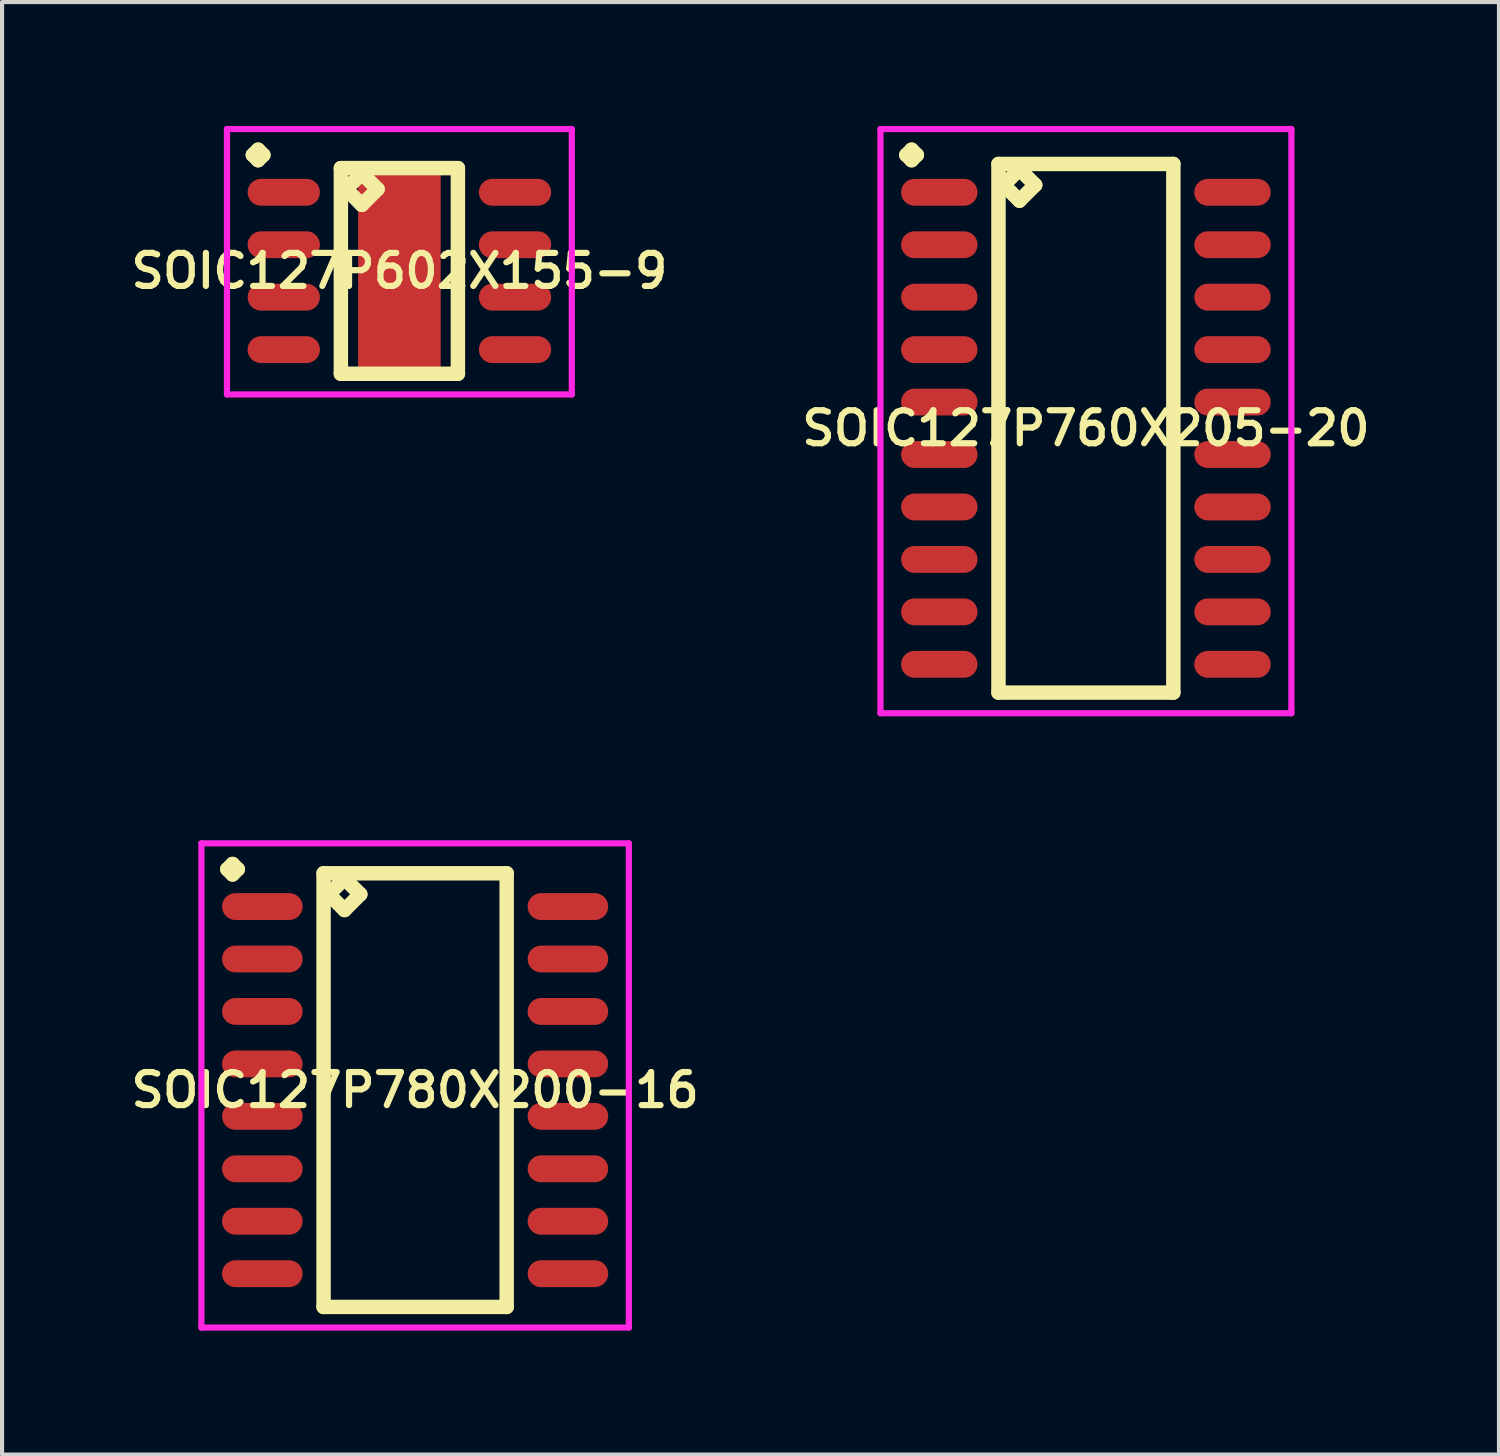
<source format=kicad_pcb>
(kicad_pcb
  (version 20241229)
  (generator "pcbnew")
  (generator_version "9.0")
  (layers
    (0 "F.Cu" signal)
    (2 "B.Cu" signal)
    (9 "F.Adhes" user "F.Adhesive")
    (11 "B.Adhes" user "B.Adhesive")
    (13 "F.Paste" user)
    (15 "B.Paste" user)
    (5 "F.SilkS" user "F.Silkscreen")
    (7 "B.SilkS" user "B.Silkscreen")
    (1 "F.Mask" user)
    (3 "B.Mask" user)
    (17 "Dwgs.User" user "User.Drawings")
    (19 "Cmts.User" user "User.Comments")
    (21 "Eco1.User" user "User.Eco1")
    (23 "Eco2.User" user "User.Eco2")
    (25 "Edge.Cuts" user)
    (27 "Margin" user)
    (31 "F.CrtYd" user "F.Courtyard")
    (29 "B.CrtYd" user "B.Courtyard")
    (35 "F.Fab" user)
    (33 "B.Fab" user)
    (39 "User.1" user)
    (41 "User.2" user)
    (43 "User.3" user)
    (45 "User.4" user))
  (footprint "SOIC127P760X205-20"
    (layer "F.Cu")
    (at 23.245 7.321)
    (property "Reference" "SOIC127P760X205-20" (at 0 0 0) (layer "F.SilkS") (effects (font (size 0.8 0.8) (thickness 0.15))))
    (attr smd)
    (fp_line (start -4.348 -6.619) (end -4.221 -6.746) (stroke (width 0.35) (type solid)) (layer "F.SilkS"))
    (fp_line (start -4.221 -6.746) (end -4.094 -6.619) (stroke (width 0.35) (type solid)) (layer "F.SilkS"))
    (fp_line (start -4.221 -6.492) (end -4.348 -6.619) (stroke (width 0.35) (type solid)) (layer "F.SilkS"))
    (fp_line (start -4.094 -6.619) (end -4.221 -6.492) (stroke (width 0.35) (type solid)) (layer "F.SilkS"))
    (fp_line (start -2.117 -6.4) (end -2.117 6.4) (stroke (width 0.35) (type solid)) (layer "F.SilkS"))
    (fp_line (start -2.117 6.4) (end 2.117 6.4) (stroke (width 0.35) (type solid)) (layer "F.SilkS"))
    (fp_line (start -1.99 -5.892) (end -1.609 -6.273) (stroke (width 0.35) (type solid)) (layer "F.SilkS"))
    (fp_line (start -1.609 -6.273) (end -1.228 -5.892) (stroke (width 0.35) (type solid)) (layer "F.SilkS"))
    (fp_line (start -1.609 -5.511) (end -1.99 -5.892) (stroke (width 0.35) (type solid)) (layer "F.SilkS"))
    (fp_line (start -1.228 -5.892) (end -1.609 -5.511) (stroke (width 0.35) (type solid)) (layer "F.SilkS"))
    (fp_line (start 2.117 -6.4) (end -2.117 -6.4) (stroke (width 0.35) (type solid)) (layer "F.SilkS"))
    (fp_line (start 2.117 6.4) (end 2.117 -6.4) (stroke (width 0.35) (type solid)) (layer "F.SilkS"))
    (fp_line (start -4.975 -7.246) (end 4.975 -7.246) (stroke (width 0.15) (type solid)) (layer "F.CrtYd"))
    (fp_line (start -4.975 6.9) (end -4.975 -7.246) (stroke (width 0.15) (type solid)) (layer "F.CrtYd"))
    (fp_line (start 4.975 -7.246) (end 4.975 6.9) (stroke (width 0.15) (type solid)) (layer "F.CrtYd"))
    (fp_line (start 4.975 6.9) (end -4.975 6.9) (stroke (width 0.15) (type solid)) (layer "F.CrtYd"))
    (pad "1" smd oval (at -3.55 -5.715) (size 1.85 0.65) (layers "F.Cu" "F.Mask" "F.Paste"))
    (pad "2" smd oval (at -3.55 -4.445) (size 1.85 0.65) (layers "F.Cu" "F.Mask" "F.Paste"))
    (pad "3" smd oval (at -3.55 -3.175) (size 1.85 0.65) (layers "F.Cu" "F.Mask" "F.Paste"))
    (pad "4" smd oval (at -3.55 -1.905) (size 1.85 0.65) (layers "F.Cu" "F.Mask" "F.Paste"))
    (pad "5" smd oval (at -3.55 -0.635) (size 1.85 0.65) (layers "F.Cu" "F.Mask" "F.Paste"))
    (pad "6" smd oval (at -3.55 0.635) (size 1.85 0.65) (layers "F.Cu" "F.Mask" "F.Paste"))
    (pad "7" smd oval (at -3.55 1.905) (size 1.85 0.65) (layers "F.Cu" "F.Mask" "F.Paste"))
    (pad "8" smd oval (at -3.55 3.175) (size 1.85 0.65) (layers "F.Cu" "F.Mask" "F.Paste"))
    (pad "9" smd oval (at -3.55 4.445) (size 1.85 0.65) (layers "F.Cu" "F.Mask" "F.Paste"))
    (pad "10" smd oval (at -3.55 5.715) (size 1.85 0.65) (layers "F.Cu" "F.Mask" "F.Paste"))
    (pad "11" smd oval (at 3.55 5.715) (size 1.85 0.65) (layers "F.Cu" "F.Mask" "F.Paste"))
    (pad "12" smd oval (at 3.55 4.445) (size 1.85 0.65) (layers "F.Cu" "F.Mask" "F.Paste"))
    (pad "13" smd oval (at 3.55 3.175) (size 1.85 0.65) (layers "F.Cu" "F.Mask" "F.Paste"))
    (pad "14" smd oval (at 3.55 1.905) (size 1.85 0.65) (layers "F.Cu" "F.Mask" "F.Paste"))
    (pad "15" smd oval (at 3.55 0.635) (size 1.85 0.65) (layers "F.Cu" "F.Mask" "F.Paste"))
    (pad "16" smd oval (at 3.55 -0.635) (size 1.85 0.65) (layers "F.Cu" "F.Mask" "F.Paste"))
    (pad "17" smd oval (at 3.55 -1.905) (size 1.85 0.65) (layers "F.Cu" "F.Mask" "F.Paste"))
    (pad "18" smd oval (at 3.55 -3.175) (size 1.85 0.65) (layers "F.Cu" "F.Mask" "F.Paste"))
    (pad "19" smd oval (at 3.55 -4.445) (size 1.85 0.65) (layers "F.Cu" "F.Mask" "F.Paste"))
    (pad "20" smd oval (at 3.55 -5.715) (size 1.85 0.65) (layers "F.Cu" "F.Mask" "F.Paste")))
  (footprint "SOIC127P602X155-9"
    (layer "F.Cu")
    (at 6.621 3.511)
    (property "Reference" "SOIC127P602X155-9" (at 0 0 0) (layer "F.SilkS") (effects (font (size 0.8 0.8) (thickness 0.15))))
    (attr through_hole)
    (fp_line (start -3.548 -2.809) (end -3.421 -2.936) (stroke (width 0.35) (type solid)) (layer "F.SilkS"))
    (fp_line (start -3.421 -2.936) (end -3.294 -2.809) (stroke (width 0.35) (type solid)) (layer "F.SilkS"))
    (fp_line (start -3.421 -2.682) (end -3.548 -2.809) (stroke (width 0.35) (type solid)) (layer "F.SilkS"))
    (fp_line (start -3.294 -2.809) (end -3.421 -2.682) (stroke (width 0.35) (type solid)) (layer "F.SilkS"))
    (fp_line (start -1.417 -2.49) (end -1.417 2.49) (stroke (width 0.35) (type solid)) (layer "F.SilkS"))
    (fp_line (start -1.417 2.49) (end 1.417 2.49) (stroke (width 0.35) (type solid)) (layer "F.SilkS"))
    (fp_line (start -1.29 -1.982) (end -0.909 -2.363) (stroke (width 0.35) (type solid)) (layer "F.SilkS"))
    (fp_line (start -0.909 -2.363) (end -0.528 -1.982) (stroke (width 0.35) (type solid)) (layer "F.SilkS"))
    (fp_line (start -0.909 -1.601) (end -1.29 -1.982) (stroke (width 0.35) (type solid)) (layer "F.SilkS"))
    (fp_line (start -0.528 -1.982) (end -0.909 -1.601) (stroke (width 0.35) (type solid)) (layer "F.SilkS"))
    (fp_line (start 1.417 -2.49) (end -1.417 -2.49) (stroke (width 0.35) (type solid)) (layer "F.SilkS"))
    (fp_line (start 1.417 2.49) (end 1.417 -2.49) (stroke (width 0.35) (type solid)) (layer "F.SilkS"))
    (fp_line (start -4.175 -3.436) (end 4.175 -3.436) (stroke (width 0.15) (type solid)) (layer "F.CrtYd"))
    (fp_line (start -4.175 2.99) (end -4.175 -3.436) (stroke (width 0.15) (type solid)) (layer "F.CrtYd"))
    (fp_line (start 4.175 -3.436) (end 4.175 2.99) (stroke (width 0.15) (type solid)) (layer "F.CrtYd"))
    (fp_line (start 4.175 2.99) (end -4.175 2.99) (stroke (width 0.15) (type solid)) (layer "F.CrtYd"))
    (pad "1" smd oval (at -2.8 -1.905) (size 1.75 0.65) (layers "F.Cu" "F.Mask" "F.Paste"))
    (pad "2" smd oval (at -2.8 -0.635) (size 1.75 0.65) (layers "F.Cu" "F.Mask" "F.Paste"))
    (pad "3" smd oval (at -2.8 0.635) (size 1.75 0.65) (layers "F.Cu" "F.Mask" "F.Paste"))
    (pad "4" smd oval (at -2.8 1.905) (size 1.75 0.65) (layers "F.Cu" "F.Mask" "F.Paste"))
    (pad "5" smd oval (at 2.8 1.905) (size 1.75 0.65) (layers "F.Cu" "F.Mask" "F.Paste"))
    (pad "6" smd oval (at 2.8 0.635) (size 1.75 0.65) (layers "F.Cu" "F.Mask" "F.Paste"))
    (pad "7" smd oval (at 2.8 -0.635) (size 1.75 0.65) (layers "F.Cu" "F.Mask" "F.Paste"))
    (pad "8" smd oval (at 2.8 -1.905) (size 1.75 0.65) (layers "F.Cu" "F.Mask" "F.Paste"))
    (pad "9" smd rect (at 0 0) (size 2 4.95) (layers "F.Cu" "F.Mask" "F.Paste")))
  (footprint "SOIC127P780X200-16"
    (layer "F.Cu")
    (at 7.002 23.347)
    (property "Reference" "SOIC127P780X200-16" (at 0 0 0) (layer "F.SilkS") (effects (font (size 0.8 0.8) (thickness 0.15))))
    (attr smd)
    (fp_line (start -4.548 -5.349) (end -4.421 -5.476) (stroke (width 0.35) (type solid)) (layer "F.SilkS"))
    (fp_line (start -4.421 -5.476) (end -4.294 -5.349) (stroke (width 0.35) (type solid)) (layer "F.SilkS"))
    (fp_line (start -4.421 -5.222) (end -4.548 -5.349) (stroke (width 0.35) (type solid)) (layer "F.SilkS"))
    (fp_line (start -4.294 -5.349) (end -4.421 -5.222) (stroke (width 0.35) (type solid)) (layer "F.SilkS"))
    (fp_line (start -2.217 -5.25) (end -2.217 5.25) (stroke (width 0.35) (type solid)) (layer "F.SilkS"))
    (fp_line (start -2.217 5.25) (end 2.217 5.25) (stroke (width 0.35) (type solid)) (layer "F.SilkS"))
    (fp_line (start -2.09 -4.742) (end -1.709 -5.123) (stroke (width 0.35) (type solid)) (layer "F.SilkS"))
    (fp_line (start -1.709 -5.123) (end -1.328 -4.742) (stroke (width 0.35) (type solid)) (layer "F.SilkS"))
    (fp_line (start -1.709 -4.361) (end -2.09 -4.742) (stroke (width 0.35) (type solid)) (layer "F.SilkS"))
    (fp_line (start -1.328 -4.742) (end -1.709 -4.361) (stroke (width 0.35) (type solid)) (layer "F.SilkS"))
    (fp_line (start 2.217 -5.25) (end -2.217 -5.25) (stroke (width 0.35) (type solid)) (layer "F.SilkS"))
    (fp_line (start 2.217 5.25) (end 2.217 -5.25) (stroke (width 0.35) (type solid)) (layer "F.SilkS"))
    (fp_line (start -5.175 -5.976) (end 5.175 -5.976) (stroke (width 0.15) (type solid)) (layer "F.CrtYd"))
    (fp_line (start -5.175 5.75) (end -5.175 -5.976) (stroke (width 0.15) (type solid)) (layer "F.CrtYd"))
    (fp_line (start 5.175 -5.976) (end 5.175 5.75) (stroke (width 0.15) (type solid)) (layer "F.CrtYd"))
    (fp_line (start 5.175 5.75) (end -5.175 5.75) (stroke (width 0.15) (type solid)) (layer "F.CrtYd"))
    (pad "1" smd oval (at -3.7 -4.445) (size 1.95 0.65) (layers "F.Cu" "F.Mask" "F.Paste"))
    (pad "2" smd oval (at -3.7 -3.175) (size 1.95 0.65) (layers "F.Cu" "F.Mask" "F.Paste"))
    (pad "3" smd oval (at -3.7 -1.905) (size 1.95 0.65) (layers "F.Cu" "F.Mask" "F.Paste"))
    (pad "4" smd oval (at -3.7 -0.635) (size 1.95 0.65) (layers "F.Cu" "F.Mask" "F.Paste"))
    (pad "5" smd oval (at -3.7 0.635) (size 1.95 0.65) (layers "F.Cu" "F.Mask" "F.Paste"))
    (pad "6" smd oval (at -3.7 1.905) (size 1.95 0.65) (layers "F.Cu" "F.Mask" "F.Paste"))
    (pad "7" smd oval (at -3.7 3.175) (size 1.95 0.65) (layers "F.Cu" "F.Mask" "F.Paste"))
    (pad "8" smd oval (at -3.7 4.445) (size 1.95 0.65) (layers "F.Cu" "F.Mask" "F.Paste"))
    (pad "9" smd oval (at 3.7 4.445) (size 1.95 0.65) (layers "F.Cu" "F.Mask" "F.Paste"))
    (pad "10" smd oval (at 3.7 3.175) (size 1.95 0.65) (layers "F.Cu" "F.Mask" "F.Paste"))
    (pad "11" smd oval (at 3.7 1.905) (size 1.95 0.65) (layers "F.Cu" "F.Mask" "F.Paste"))
    (pad "12" smd oval (at 3.7 0.635) (size 1.95 0.65) (layers "F.Cu" "F.Mask" "F.Paste"))
    (pad "13" smd oval (at 3.7 -0.635) (size 1.95 0.65) (layers "F.Cu" "F.Mask" "F.Paste"))
    (pad "14" smd oval (at 3.7 -1.905) (size 1.95 0.65) (layers "F.Cu" "F.Mask" "F.Paste"))
    (pad "15" smd oval (at 3.7 -3.175) (size 1.95 0.65) (layers "F.Cu" "F.Mask" "F.Paste"))
    (pad "16" smd oval (at 3.7 -4.445) (size 1.95 0.65) (layers "F.Cu" "F.Mask" "F.Paste")))
  (gr_rect
    (start -3 -3)
    (end 33.247 32.172)
    (stroke (width 0.1) (type default))
    (fill no)
    (layer "Edge.Cuts")))
</source>
